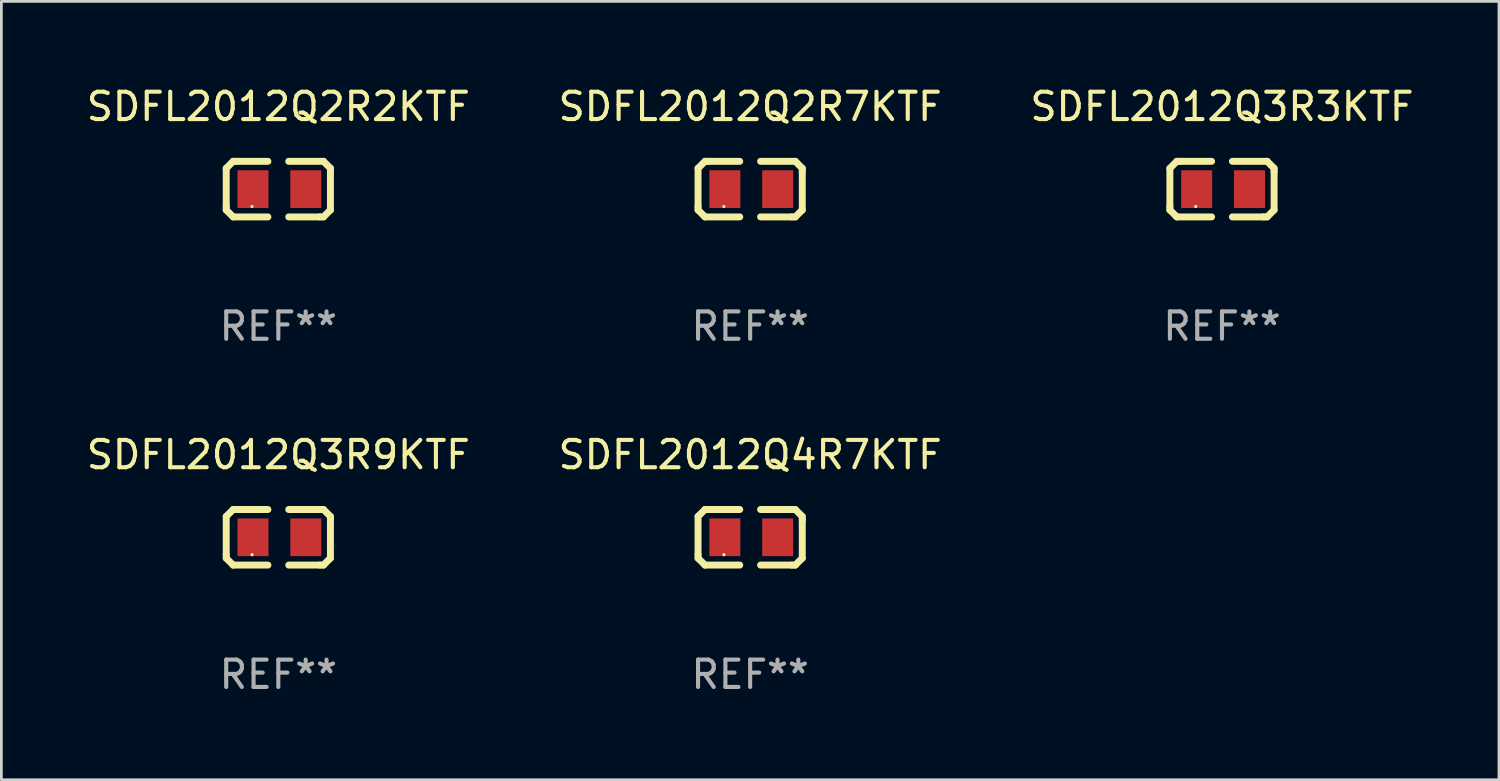
<source format=kicad_pcb>
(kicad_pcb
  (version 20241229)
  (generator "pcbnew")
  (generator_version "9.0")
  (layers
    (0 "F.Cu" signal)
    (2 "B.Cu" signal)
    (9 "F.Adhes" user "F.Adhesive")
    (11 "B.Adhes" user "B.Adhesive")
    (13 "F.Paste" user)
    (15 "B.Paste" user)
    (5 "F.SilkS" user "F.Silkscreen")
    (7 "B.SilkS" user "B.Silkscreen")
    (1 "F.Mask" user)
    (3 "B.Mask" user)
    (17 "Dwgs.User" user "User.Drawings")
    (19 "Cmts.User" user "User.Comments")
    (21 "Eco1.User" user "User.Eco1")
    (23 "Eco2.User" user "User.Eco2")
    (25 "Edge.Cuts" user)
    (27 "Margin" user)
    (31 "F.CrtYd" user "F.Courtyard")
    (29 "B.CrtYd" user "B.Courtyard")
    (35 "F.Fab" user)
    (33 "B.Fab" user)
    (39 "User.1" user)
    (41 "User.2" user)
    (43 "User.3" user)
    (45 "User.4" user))
  (footprint "SDFL2012Q3R9KTF"
    (layer "F.Cu")
    (at 7.125 16.593)
    (property "Reference" "SDFL2012Q3R9KTF" (at 0 -3.016 0) (layer "F.SilkS") (effects (font (size 1 1) (thickness 0.15))))
    (attr through_hole)
    (fp_line (start -1.905 -0.762) (end -1.905 0.635) (stroke (width 0.254) (type solid)) (layer "F.SilkS"))
    (fp_line (start -1.905 0.635) (end -1.905 0.762) (stroke (width 0.254) (type solid)) (layer "F.SilkS"))
    (fp_line (start -1.905 0.762) (end -1.651 1.016) (stroke (width 0.254) (type solid)) (layer "F.SilkS"))
    (fp_line (start -1.651 -1.016) (end -1.905 -0.762) (stroke (width 0.254) (type solid)) (layer "F.SilkS"))
    (fp_line (start -1.651 1.016) (end -0.381 1.016) (stroke (width 0.254) (type solid)) (layer "F.SilkS"))
    (fp_line (start -1.524 -1.016) (end -1.651 -1.016) (stroke (width 0.254) (type solid)) (layer "F.SilkS"))
    (fp_line (start -0.381 -1.016) (end -1.524 -1.016) (stroke (width 0.254) (type solid)) (layer "F.SilkS"))
    (fp_line (start 0.381 1.016) (end 1.524 1.016) (stroke (width 0.254) (type solid)) (layer "F.SilkS"))
    (fp_line (start 1.524 1.016) (end 1.651 1.016) (stroke (width 0.254) (type solid)) (layer "F.SilkS"))
    (fp_line (start 1.651 -1.016) (end 0.381 -1.016) (stroke (width 0.254) (type solid)) (layer "F.SilkS"))
    (fp_line (start 1.651 1.016) (end 1.905 0.762) (stroke (width 0.254) (type solid)) (layer "F.SilkS"))
    (fp_line (start 1.905 -0.762) (end 1.651 -1.016) (stroke (width 0.254) (type solid)) (layer "F.SilkS"))
    (fp_line (start 1.905 -0.635) (end 1.905 -0.762) (stroke (width 0.254) (type solid)) (layer "F.SilkS"))
    (fp_line (start 1.905 0.762) (end 1.905 -0.635) (stroke (width 0.254) (type solid)) (layer "F.SilkS"))
    (fp_circle (center -0.96 0.637) (end -0.93 0.637) (stroke (width 0.06) (type solid)) (fill no) (layer "F.SilkS"))
    (fp_text user "REF**" (at 0 5.016 0) (layer "F.Fab") (effects (font (size 1 1) (thickness 0.15))))
    (pad "1" smd rect (at -0.926 -0.000051) (size 1.133 1.377) (layers "F.Cu" "F.Mask" "F.Paste"))
    (pad "2" smd rect (at 1.006 -0.000051) (size 1.133 1.377) (layers "F.Cu" "F.Mask" "F.Paste")))
  (footprint "SDFL2012Q2R2KTF"
    (layer "F.Cu")
    (at 7.125 3.864)
    (property "Reference" "SDFL2012Q2R2KTF" (at 0 -3.016 0) (layer "F.SilkS") (effects (font (size 1 1) (thickness 0.15))))
    (attr through_hole)
    (fp_line (start -1.905 -0.762) (end -1.905 0.635) (stroke (width 0.254) (type solid)) (layer "F.SilkS"))
    (fp_line (start -1.905 0.635) (end -1.905 0.762) (stroke (width 0.254) (type solid)) (layer "F.SilkS"))
    (fp_line (start -1.905 0.762) (end -1.651 1.016) (stroke (width 0.254) (type solid)) (layer "F.SilkS"))
    (fp_line (start -1.651 -1.016) (end -1.905 -0.762) (stroke (width 0.254) (type solid)) (layer "F.SilkS"))
    (fp_line (start -1.651 1.016) (end -0.381 1.016) (stroke (width 0.254) (type solid)) (layer "F.SilkS"))
    (fp_line (start -1.524 -1.016) (end -1.651 -1.016) (stroke (width 0.254) (type solid)) (layer "F.SilkS"))
    (fp_line (start -0.381 -1.016) (end -1.524 -1.016) (stroke (width 0.254) (type solid)) (layer "F.SilkS"))
    (fp_line (start 0.381 1.016) (end 1.524 1.016) (stroke (width 0.254) (type solid)) (layer "F.SilkS"))
    (fp_line (start 1.524 1.016) (end 1.651 1.016) (stroke (width 0.254) (type solid)) (layer "F.SilkS"))
    (fp_line (start 1.651 -1.016) (end 0.381 -1.016) (stroke (width 0.254) (type solid)) (layer "F.SilkS"))
    (fp_line (start 1.651 1.016) (end 1.905 0.762) (stroke (width 0.254) (type solid)) (layer "F.SilkS"))
    (fp_line (start 1.905 -0.762) (end 1.651 -1.016) (stroke (width 0.254) (type solid)) (layer "F.SilkS"))
    (fp_line (start 1.905 -0.635) (end 1.905 -0.762) (stroke (width 0.254) (type solid)) (layer "F.SilkS"))
    (fp_line (start 1.905 0.762) (end 1.905 -0.635) (stroke (width 0.254) (type solid)) (layer "F.SilkS"))
    (fp_circle (center -0.96 0.637) (end -0.93 0.637) (stroke (width 0.06) (type solid)) (fill no) (layer "F.SilkS"))
    (fp_text user "REF**" (at 0 5.016 0) (layer "F.Fab") (effects (font (size 1 1) (thickness 0.15))))
    (pad "1" smd rect (at -0.926 -0.000051) (size 1.133 1.377) (layers "F.Cu" "F.Mask" "F.Paste"))
    (pad "2" smd rect (at 1.006 -0.000051) (size 1.133 1.377) (layers "F.Cu" "F.Mask" "F.Paste")))
  (footprint "SDFL2012Q2R7KTF"
    (layer "F.Cu")
    (at 24.375 3.864)
    (property "Reference" "SDFL2012Q2R7KTF" (at 0 -3.016 0) (layer "F.SilkS") (effects (font (size 1 1) (thickness 0.15))))
    (attr through_hole)
    (fp_line (start -1.905 -0.762) (end -1.905 0.635) (stroke (width 0.254) (type solid)) (layer "F.SilkS"))
    (fp_line (start -1.905 0.635) (end -1.905 0.762) (stroke (width 0.254) (type solid)) (layer "F.SilkS"))
    (fp_line (start -1.905 0.762) (end -1.651 1.016) (stroke (width 0.254) (type solid)) (layer "F.SilkS"))
    (fp_line (start -1.651 -1.016) (end -1.905 -0.762) (stroke (width 0.254) (type solid)) (layer "F.SilkS"))
    (fp_line (start -1.651 1.016) (end -0.381 1.016) (stroke (width 0.254) (type solid)) (layer "F.SilkS"))
    (fp_line (start -1.524 -1.016) (end -1.651 -1.016) (stroke (width 0.254) (type solid)) (layer "F.SilkS"))
    (fp_line (start -0.381 -1.016) (end -1.524 -1.016) (stroke (width 0.254) (type solid)) (layer "F.SilkS"))
    (fp_line (start 0.381 1.016) (end 1.524 1.016) (stroke (width 0.254) (type solid)) (layer "F.SilkS"))
    (fp_line (start 1.524 1.016) (end 1.651 1.016) (stroke (width 0.254) (type solid)) (layer "F.SilkS"))
    (fp_line (start 1.651 -1.016) (end 0.381 -1.016) (stroke (width 0.254) (type solid)) (layer "F.SilkS"))
    (fp_line (start 1.651 1.016) (end 1.905 0.762) (stroke (width 0.254) (type solid)) (layer "F.SilkS"))
    (fp_line (start 1.905 -0.762) (end 1.651 -1.016) (stroke (width 0.254) (type solid)) (layer "F.SilkS"))
    (fp_line (start 1.905 -0.635) (end 1.905 -0.762) (stroke (width 0.254) (type solid)) (layer "F.SilkS"))
    (fp_line (start 1.905 0.762) (end 1.905 -0.635) (stroke (width 0.254) (type solid)) (layer "F.SilkS"))
    (fp_circle (center -0.96 0.637) (end -0.93 0.637) (stroke (width 0.06) (type solid)) (fill no) (layer "F.SilkS"))
    (fp_text user "REF**" (at 0 5.016 0) (layer "F.Fab") (effects (font (size 1 1) (thickness 0.15))))
    (pad "1" smd rect (at -0.926 -0.000051) (size 1.133 1.377) (layers "F.Cu" "F.Mask" "F.Paste"))
    (pad "2" smd rect (at 1.006 -0.000051) (size 1.133 1.377) (layers "F.Cu" "F.Mask" "F.Paste")))
  (footprint "SDFL2012Q4R7KTF"
    (layer "F.Cu")
    (at 24.375 16.593)
    (property "Reference" "SDFL2012Q4R7KTF" (at 0 -3.016 0) (layer "F.SilkS") (effects (font (size 1 1) (thickness 0.15))))
    (attr through_hole)
    (fp_line (start -1.905 -0.762) (end -1.905 0.635) (stroke (width 0.254) (type solid)) (layer "F.SilkS"))
    (fp_line (start -1.905 0.635) (end -1.905 0.762) (stroke (width 0.254) (type solid)) (layer "F.SilkS"))
    (fp_line (start -1.905 0.762) (end -1.651 1.016) (stroke (width 0.254) (type solid)) (layer "F.SilkS"))
    (fp_line (start -1.651 -1.016) (end -1.905 -0.762) (stroke (width 0.254) (type solid)) (layer "F.SilkS"))
    (fp_line (start -1.651 1.016) (end -0.381 1.016) (stroke (width 0.254) (type solid)) (layer "F.SilkS"))
    (fp_line (start -1.524 -1.016) (end -1.651 -1.016) (stroke (width 0.254) (type solid)) (layer "F.SilkS"))
    (fp_line (start -0.381 -1.016) (end -1.524 -1.016) (stroke (width 0.254) (type solid)) (layer "F.SilkS"))
    (fp_line (start 0.381 1.016) (end 1.524 1.016) (stroke (width 0.254) (type solid)) (layer "F.SilkS"))
    (fp_line (start 1.524 1.016) (end 1.651 1.016) (stroke (width 0.254) (type solid)) (layer "F.SilkS"))
    (fp_line (start 1.651 -1.016) (end 0.381 -1.016) (stroke (width 0.254) (type solid)) (layer "F.SilkS"))
    (fp_line (start 1.651 1.016) (end 1.905 0.762) (stroke (width 0.254) (type solid)) (layer "F.SilkS"))
    (fp_line (start 1.905 -0.762) (end 1.651 -1.016) (stroke (width 0.254) (type solid)) (layer "F.SilkS"))
    (fp_line (start 1.905 -0.635) (end 1.905 -0.762) (stroke (width 0.254) (type solid)) (layer "F.SilkS"))
    (fp_line (start 1.905 0.762) (end 1.905 -0.635) (stroke (width 0.254) (type solid)) (layer "F.SilkS"))
    (fp_circle (center -0.96 0.637) (end -0.93 0.637) (stroke (width 0.06) (type solid)) (fill no) (layer "F.SilkS"))
    (fp_text user "REF**" (at 0 5.016 0) (layer "F.Fab") (effects (font (size 1 1) (thickness 0.15))))
    (pad "1" smd rect (at -0.926 -0.000051) (size 1.133 1.377) (layers "F.Cu" "F.Mask" "F.Paste"))
    (pad "2" smd rect (at 1.006 -0.000051) (size 1.133 1.377) (layers "F.Cu" "F.Mask" "F.Paste")))
  (footprint "SDFL2012Q3R3KTF"
    (layer "F.Cu")
    (at 41.625 3.864)
    (property "Reference" "SDFL2012Q3R3KTF" (at 0 -3.016 0) (layer "F.SilkS") (effects (font (size 1 1) (thickness 0.15))))
    (attr through_hole)
    (fp_line (start -1.905 -0.762) (end -1.905 0.635) (stroke (width 0.254) (type solid)) (layer "F.SilkS"))
    (fp_line (start -1.905 0.635) (end -1.905 0.762) (stroke (width 0.254) (type solid)) (layer "F.SilkS"))
    (fp_line (start -1.905 0.762) (end -1.651 1.016) (stroke (width 0.254) (type solid)) (layer "F.SilkS"))
    (fp_line (start -1.651 -1.016) (end -1.905 -0.762) (stroke (width 0.254) (type solid)) (layer "F.SilkS"))
    (fp_line (start -1.651 1.016) (end -0.381 1.016) (stroke (width 0.254) (type solid)) (layer "F.SilkS"))
    (fp_line (start -1.524 -1.016) (end -1.651 -1.016) (stroke (width 0.254) (type solid)) (layer "F.SilkS"))
    (fp_line (start -0.381 -1.016) (end -1.524 -1.016) (stroke (width 0.254) (type solid)) (layer "F.SilkS"))
    (fp_line (start 0.381 1.016) (end 1.524 1.016) (stroke (width 0.254) (type solid)) (layer "F.SilkS"))
    (fp_line (start 1.524 1.016) (end 1.651 1.016) (stroke (width 0.254) (type solid)) (layer "F.SilkS"))
    (fp_line (start 1.651 -1.016) (end 0.381 -1.016) (stroke (width 0.254) (type solid)) (layer "F.SilkS"))
    (fp_line (start 1.651 1.016) (end 1.905 0.762) (stroke (width 0.254) (type solid)) (layer "F.SilkS"))
    (fp_line (start 1.905 -0.762) (end 1.651 -1.016) (stroke (width 0.254) (type solid)) (layer "F.SilkS"))
    (fp_line (start 1.905 -0.635) (end 1.905 -0.762) (stroke (width 0.254) (type solid)) (layer "F.SilkS"))
    (fp_line (start 1.905 0.762) (end 1.905 -0.635) (stroke (width 0.254) (type solid)) (layer "F.SilkS"))
    (fp_circle (center -0.96 0.637) (end -0.93 0.637) (stroke (width 0.06) (type solid)) (fill no) (layer "F.SilkS"))
    (fp_text user "REF**" (at 0 5.016 0) (layer "F.Fab") (effects (font (size 1 1) (thickness 0.15))))
    (pad "1" smd rect (at -0.926 -0.000051) (size 1.133 1.377) (layers "F.Cu" "F.Mask" "F.Paste"))
    (pad "2" smd rect (at 1.006 -0.000051) (size 1.133 1.377) (layers "F.Cu" "F.Mask" "F.Paste")))
  (gr_rect
    (start -3 -3)
    (end 51.75 25.457)
    (stroke (width 0.1) (type default))
    (fill no)
    (layer "Edge.Cuts")))
</source>
